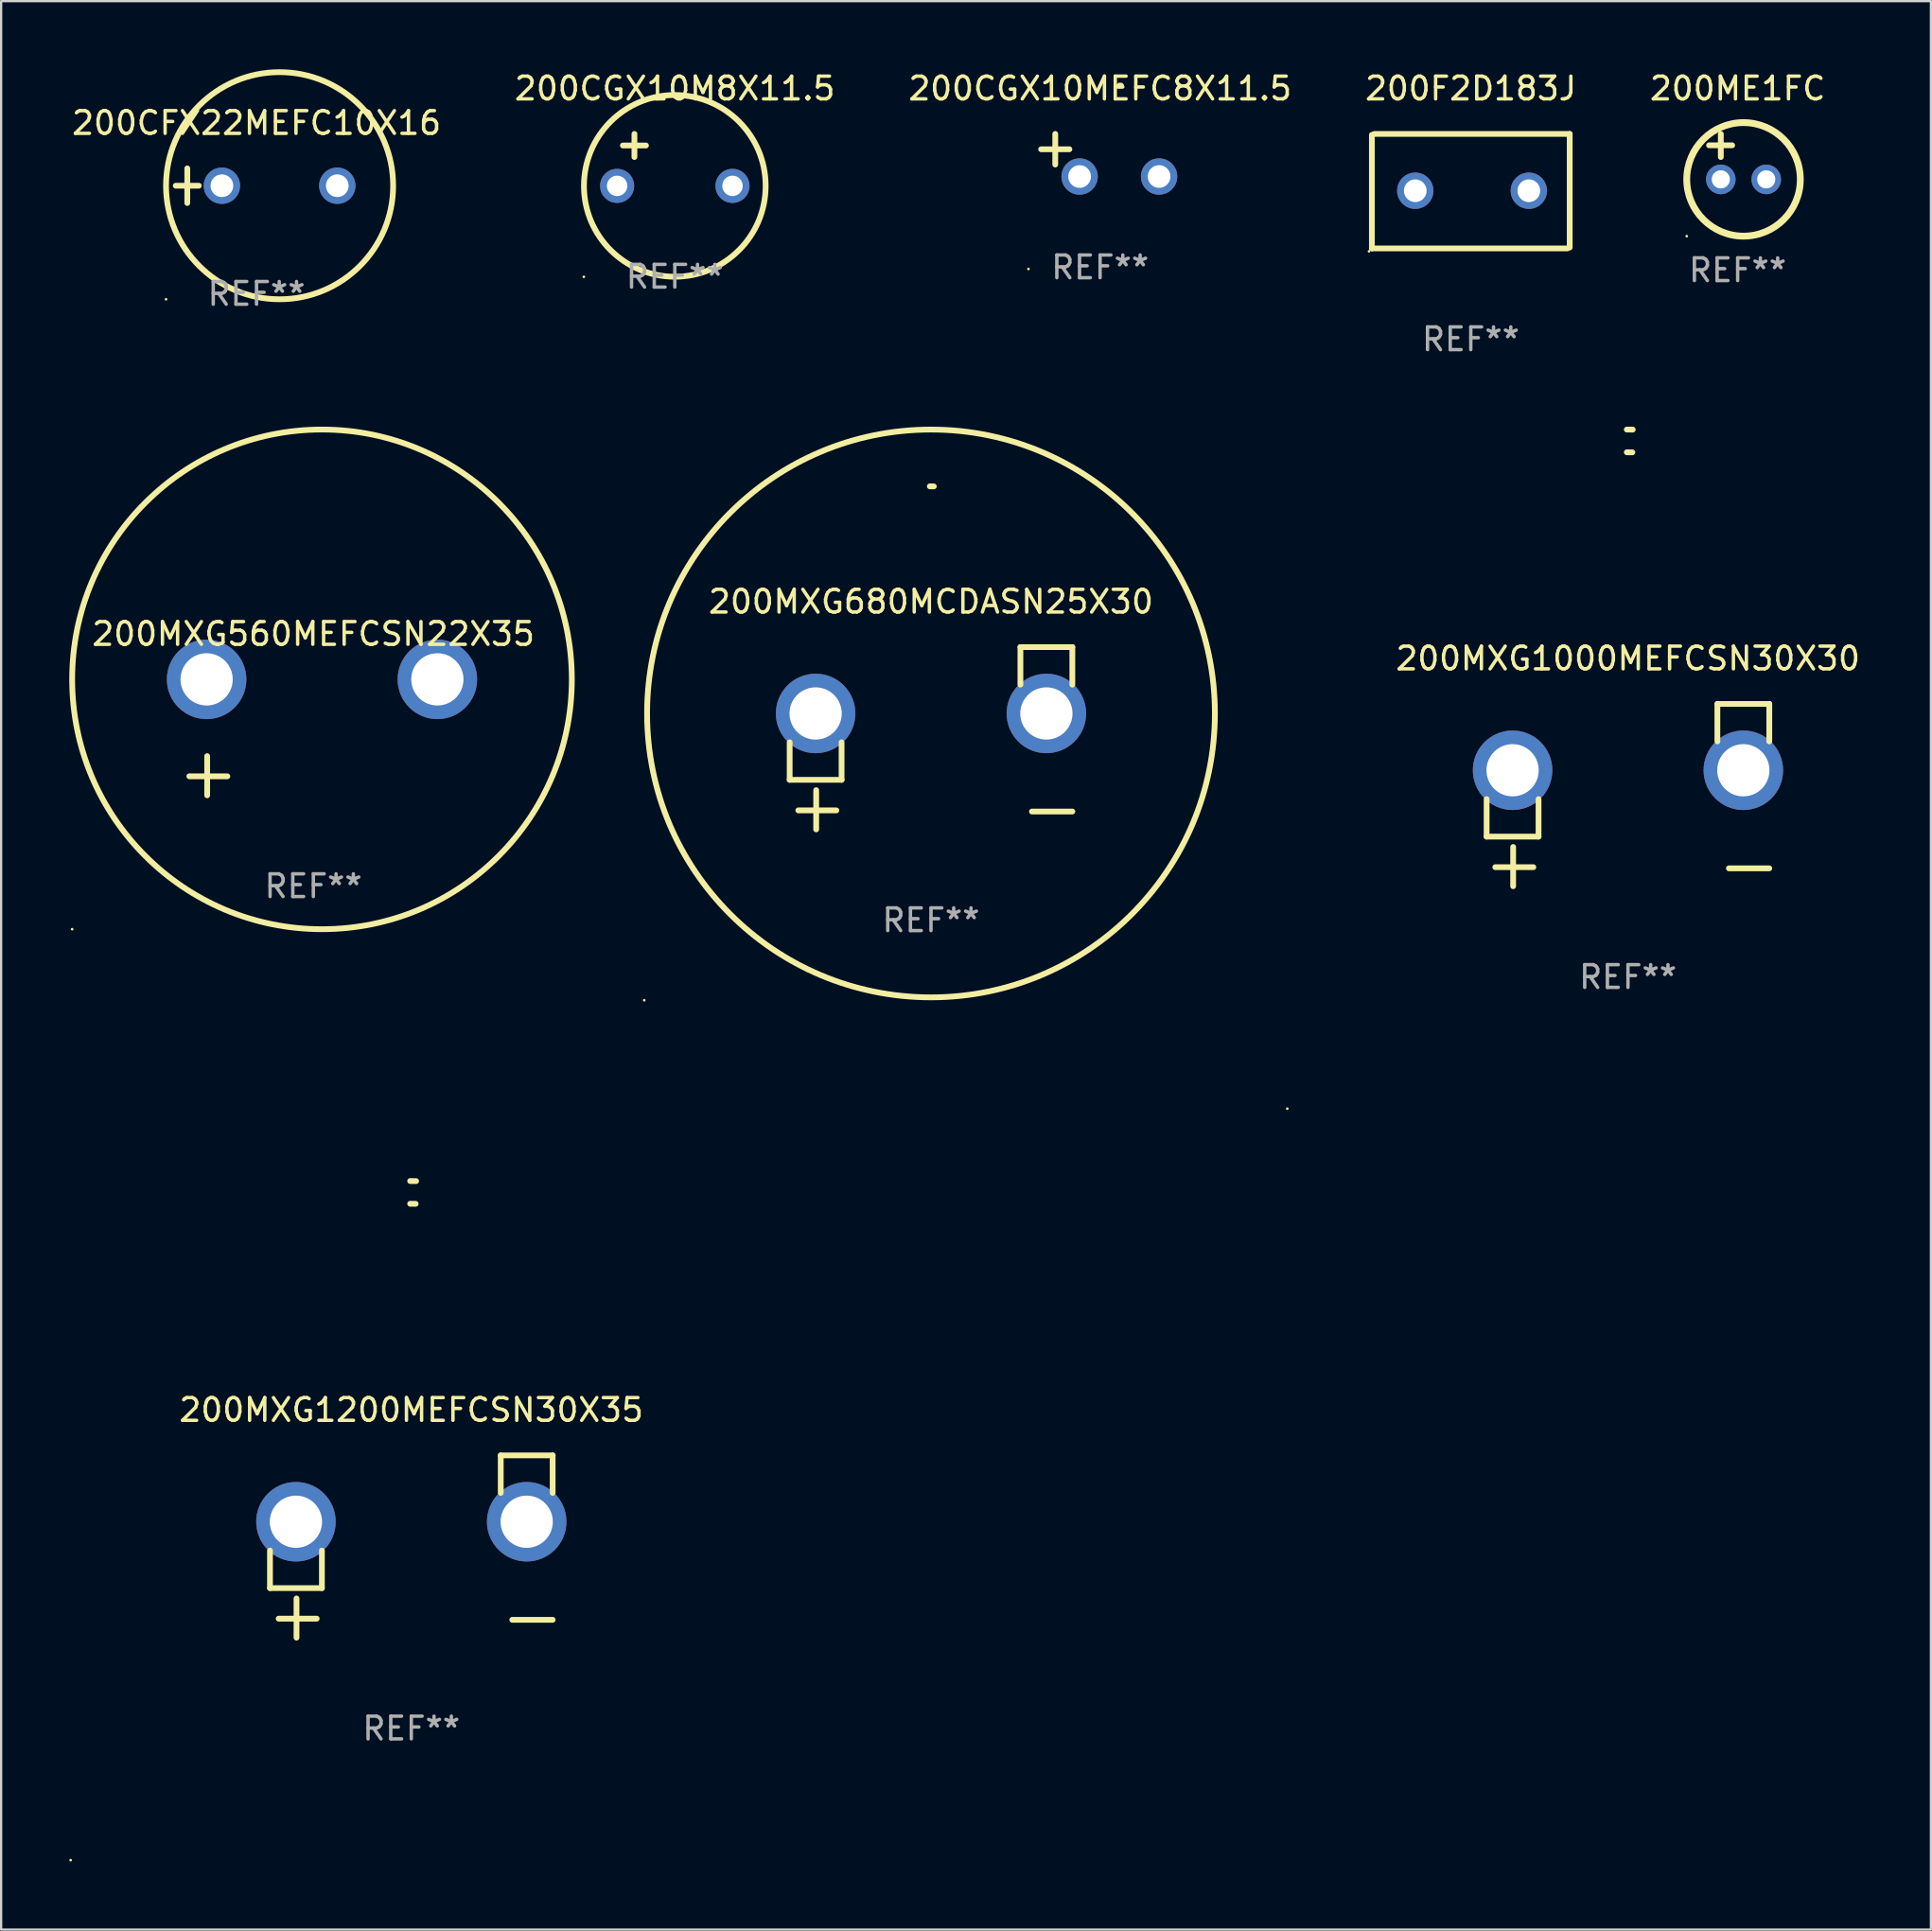
<source format=kicad_pcb>
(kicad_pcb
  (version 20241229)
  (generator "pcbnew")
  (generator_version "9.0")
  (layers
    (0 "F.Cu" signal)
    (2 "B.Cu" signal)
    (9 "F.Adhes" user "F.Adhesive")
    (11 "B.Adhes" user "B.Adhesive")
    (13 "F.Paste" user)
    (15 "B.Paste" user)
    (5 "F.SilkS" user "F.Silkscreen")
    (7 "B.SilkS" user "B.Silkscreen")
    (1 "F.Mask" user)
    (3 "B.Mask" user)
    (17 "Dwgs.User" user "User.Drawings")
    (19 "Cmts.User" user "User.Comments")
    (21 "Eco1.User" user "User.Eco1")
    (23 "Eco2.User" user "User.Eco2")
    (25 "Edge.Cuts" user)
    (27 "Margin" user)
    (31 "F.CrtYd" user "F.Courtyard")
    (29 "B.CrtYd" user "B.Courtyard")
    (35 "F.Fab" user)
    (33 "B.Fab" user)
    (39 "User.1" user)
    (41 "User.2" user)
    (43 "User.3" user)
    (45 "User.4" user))
  (footprint "200MXG1200MEFCSN30X35"
    (layer "F.Cu")
    (at 15.06 65.045)
    (property "Reference" "200MXG1200MEFCSN30X35" (at 0 -6.013 0) (layer "F.SilkS") (effects (font (size 1 1) (thickness 0.15))))
    (attr through_hole)
    (fp_line (start -6.223 0.178) (end -6.223 1.829) (stroke (width 0.254) (type solid)) (layer "F.SilkS"))
    (fp_line (start -6.223 1.829) (end -3.937 1.829) (stroke (width 0.254) (type solid)) (layer "F.SilkS"))
    (fp_line (start -5.055 4.013) (end -5.055 2.286) (stroke (width 0.254) (type solid)) (layer "F.SilkS"))
    (fp_line (start -4.166 3.175) (end -5.842 3.175) (stroke (width 0.254) (type solid)) (layer "F.SilkS"))
    (fp_line (start -3.937 1.829) (end -3.937 0.178) (stroke (width 0.254) (type solid)) (layer "F.SilkS"))
    (fp_line (start 3.937 -4.013) (end 3.937 -2.362) (stroke (width 0.254) (type solid)) (layer "F.SilkS"))
    (fp_line (start 6.223 -4.013) (end 3.937 -4.013) (stroke (width 0.254) (type solid)) (layer "F.SilkS"))
    (fp_line (start 6.223 -2.362) (end 6.223 -4.013) (stroke (width 0.254) (type solid)) (layer "F.SilkS"))
    (fp_line (start 6.223 3.226) (end 4.445 3.226) (stroke (width 0.254) (type solid)) (layer "F.SilkS"))
    (fp_arc (start -0.0508 -16.093472) (mid 0.080016 -16.092762) (end 0.210821 -16.090932) (stroke (width 0.254001) (type solid)) (layer "F.SilkS"))
    (fp_arc (start -0.0508 -15.09271) (mid 0.071125 -15.091961) (end 0.19304 -15.09017) (stroke (width 0.254001) (type solid)) (layer "F.SilkS"))
    (fp_circle (center -15 13.808) (end -14.97 13.808) (stroke (width 0.06) (type solid)) (fill no) (layer "F.SilkS"))
    (fp_text user "REF**" (at 0 8.013 0) (layer "F.Fab") (effects (font (size 1 1) (thickness 0.15))))
    (pad "1" thru_hole circle (at -5.08 -1.092) (size 3.5 3.5) (drill 2.3) (layers "*.Cu" "*.Mask"))
    (pad "2" thru_hole circle (at 5.08 -1.092) (size 3.5 3.5) (drill 2.3) (layers "*.Cu" "*.Mask")))
  (footprint "200F2D183J"
    (layer "F.Cu")
    (at 61.708 5.368)
    (property "Reference" "200F2D183J" (at 0 -4.52 0) (layer "F.SilkS") (effects (font (size 1 1) (thickness 0.15))))
    (attr through_hole)
    (fp_line (start -4.355 2.52) (end -4.355 -2.48) (stroke (width 0.254) (type solid)) (layer "F.SilkS"))
    (fp_line (start -4.246 -2.52) (end 4.355 -2.52) (stroke (width 0.254) (type solid)) (layer "F.SilkS"))
    (fp_line (start 4.246 2.52) (end -4.355 2.52) (stroke (width 0.254) (type solid)) (layer "F.SilkS"))
    (fp_line (start 4.355 -2.52) (end 4.355 2.48) (stroke (width 0.254) (type solid)) (layer "F.SilkS"))
    (fp_circle (center -4.482 2.647) (end -4.452 2.647) (stroke (width 0.06) (type solid)) (fill no) (layer "F.SilkS"))
    (fp_text user "REF**" (at 0 6.52 0) (layer "F.Fab") (effects (font (size 1 1) (thickness 0.15))))
    (pad "1" thru_hole circle (at -2.445 -0.02) (size 1.6 1.6) (drill 1) (layers "*.Cu" "*.Mask"))
    (pad "2" thru_hole circle (at 2.555 -0.02) (size 1.6 1.6) (drill 1) (layers "*.Cu" "*.Mask")))
  (footprint "200ME1FC"
    (layer "F.Cu")
    (at 73.458 3.848)
    (property "Reference" "200ME1FC" (at 0 -3 0) (layer "F.SilkS") (effects (font (size 1 1) (thickness 0.15))))
    (attr through_hole)
    (fp_line (start -1.258 -0.5) (end -0.242 -0.5) (stroke (width 0.254) (type solid)) (layer "F.SilkS"))
    (fp_line (start -0.742 -1) (end -0.742 0.016) (stroke (width 0.254) (type solid)) (layer "F.SilkS"))
    (fp_circle (center -2.242 3.5) (end -2.212 3.5) (stroke (width 0.06) (type solid)) (fill no) (layer "F.SilkS"))
    (fp_circle (center 0.258 1) (end 2.758 1) (stroke (width 0.3) (type solid)) (fill no) (layer "F.SilkS"))
    (fp_text user "REF**" (at 0 5 0) (layer "F.Fab") (effects (font (size 1 1) (thickness 0.15))))
    (pad "1" thru_hole circle (at -0.742 1) (size 1.3 1.3) (drill 0.8) (layers "*.Cu" "*.Mask"))
    (pad "2" thru_hole circle (at 1.258 1) (size 1.3 1.3) (drill 0.8) (layers "*.Cu" "*.Mask")))
  (footprint "200CFX22MEFC10X16"
    (layer "F.Cu")
    (at 8.244 5.127)
    (property "Reference" "200CFX22MEFC10X16" (at 0 -2.762 0) (layer "F.SilkS") (effects (font (size 1 1) (thickness 0.15))))
    (attr through_hole)
    (fp_line (start -3.556 0) (end -2.54 0) (stroke (width 0.254) (type solid)) (layer "F.SilkS"))
    (fp_line (start -3.048 -0.762) (end -3.048 0.762) (stroke (width 0.254) (type solid)) (layer "F.SilkS"))
    (fp_circle (center -3.984 5) (end -3.954 5) (stroke (width 0.06) (type solid)) (fill no) (layer "F.SilkS"))
    (fp_circle (center 1.016 0) (end 6.016 0) (stroke (width 0.254) (type solid)) (fill no) (layer "F.SilkS"))
    (fp_text user "REF**" (at 0 4.762 0) (layer "F.Fab") (effects (font (size 1 1) (thickness 0.15))))
    (pad "1" thru_hole circle (at -1.524 0) (size 1.6 1.6) (drill 1) (layers "*.Cu" "*.Mask"))
    (pad "2" thru_hole circle (at 3.556 0) (size 1.6 1.6) (drill 1) (layers "*.Cu" "*.Mask")))
  (footprint "200MXG560MEFCSN22X35"
    (layer "F.Cu")
    (at 10.746 29.416)
    (property "Reference" "200MXG560MEFCSN22X35" (at 0 -4.553 0) (layer "F.SilkS") (effects (font (size 1 1) (thickness 0.15))))
    (attr through_hole)
    (fp_line (start -4.674 2.553) (end -4.674 0.826) (stroke (width 0.254) (type solid)) (layer "F.SilkS"))
    (fp_line (start -3.785 1.715) (end -5.461 1.715) (stroke (width 0.254) (type solid)) (layer "F.SilkS"))
    (fp_circle (center -10.619 8.447) (end -10.589 8.447) (stroke (width 0.06) (type solid)) (fill no) (layer "F.SilkS"))
    (fp_circle (center 0.381 -2.553) (end 11.381 -2.553) (stroke (width 0.254) (type solid)) (fill no) (layer "F.SilkS"))
    (fp_text user "REF**" (at 0 6.553 0) (layer "F.Fab") (effects (font (size 1 1) (thickness 0.15))))
    (pad "1" thru_hole circle (at -4.699 -2.553) (size 3.5 3.5) (drill 2.3) (layers "*.Cu" "*.Mask"))
    (pad "2" thru_hole circle (at 5.461 -2.553) (size 3.5 3.5) (drill 2.3) (layers "*.Cu" "*.Mask")))
  (footprint "200MXG680MCDASN25X30"
    (layer "F.Cu")
    (at 37.941 29.456)
    (property "Reference" "200MXG680MCDASN25X30" (at 0 -6.013 0) (layer "F.SilkS") (effects (font (size 1 1) (thickness 0.15))))
    (attr through_hole)
    (fp_line (start -6.223 0.178) (end -6.223 1.829) (stroke (width 0.254) (type solid)) (layer "F.SilkS"))
    (fp_line (start -6.223 1.829) (end -3.937 1.829) (stroke (width 0.254) (type solid)) (layer "F.SilkS"))
    (fp_line (start -5.055 4.013) (end -5.055 2.286) (stroke (width 0.254) (type solid)) (layer "F.SilkS"))
    (fp_line (start -4.166 3.175) (end -5.842 3.175) (stroke (width 0.254) (type solid)) (layer "F.SilkS"))
    (fp_line (start -3.937 1.829) (end -3.937 0.178) (stroke (width 0.254) (type solid)) (layer "F.SilkS"))
    (fp_line (start 3.937 -4.013) (end 3.937 -2.362) (stroke (width 0.254) (type solid)) (layer "F.SilkS"))
    (fp_line (start 6.223 -4.013) (end 3.937 -4.013) (stroke (width 0.254) (type solid)) (layer "F.SilkS"))
    (fp_line (start 6.223 -2.362) (end 6.223 -4.013) (stroke (width 0.254) (type solid)) (layer "F.SilkS"))
    (fp_line (start 6.223 3.226) (end 4.445 3.226) (stroke (width 0.254) (type solid)) (layer "F.SilkS"))
    (fp_arc (start -0.0508 -11.092202) (mid 0.036835 -11.091307) (end 0.12446 -11.089662) (stroke (width 0.254001) (type solid)) (layer "F.SilkS"))
    (fp_circle (center -12.627 11.535) (end -12.597 11.535) (stroke (width 0.06) (type solid)) (fill no) (layer "F.SilkS"))
    (fp_circle (center 0 -1.092) (end 12.5 -1.092) (stroke (width 0.254) (type solid)) (fill no) (layer "F.SilkS"))
    (fp_text user "REF**" (at 0 8.013 0) (layer "F.Fab") (effects (font (size 1 1) (thickness 0.15))))
    (pad "1" thru_hole circle (at -5.08 -1.092) (size 3.5 3.5) (drill 2.3) (layers "*.Cu" "*.Mask"))
    (pad "2" thru_hole circle (at 5.08 -1.092) (size 3.5 3.5) (drill 2.3) (layers "*.Cu" "*.Mask")))
  (footprint "200MXG1000MEFCSN30X30"
    (layer "F.Cu")
    (at 68.628 31.957)
    (property "Reference" "200MXG1000MEFCSN30X30" (at 0 -6.013 0) (layer "F.SilkS") (effects (font (size 1 1) (thickness 0.15))))
    (attr through_hole)
    (fp_line (start -6.223 0.178) (end -6.223 1.829) (stroke (width 0.254) (type solid)) (layer "F.SilkS"))
    (fp_line (start -6.223 1.829) (end -3.937 1.829) (stroke (width 0.254) (type solid)) (layer "F.SilkS"))
    (fp_line (start -5.055 4.013) (end -5.055 2.286) (stroke (width 0.254) (type solid)) (layer "F.SilkS"))
    (fp_line (start -4.166 3.175) (end -5.842 3.175) (stroke (width 0.254) (type solid)) (layer "F.SilkS"))
    (fp_line (start -3.937 1.829) (end -3.937 0.178) (stroke (width 0.254) (type solid)) (layer "F.SilkS"))
    (fp_line (start 3.937 -4.013) (end 3.937 -2.362) (stroke (width 0.254) (type solid)) (layer "F.SilkS"))
    (fp_line (start 6.223 -4.013) (end 3.937 -4.013) (stroke (width 0.254) (type solid)) (layer "F.SilkS"))
    (fp_line (start 6.223 -2.362) (end 6.223 -4.013) (stroke (width 0.254) (type solid)) (layer "F.SilkS"))
    (fp_line (start 6.223 3.226) (end 4.445 3.226) (stroke (width 0.254) (type solid)) (layer "F.SilkS"))
    (fp_arc (start -0.0508 -16.093472) (mid 0.080016 -16.092762) (end 0.210821 -16.090932) (stroke (width 0.254001) (type solid)) (layer "F.SilkS"))
    (fp_arc (start -0.0508 -15.09271) (mid 0.071125 -15.091961) (end 0.19304 -15.09017) (stroke (width 0.254001) (type solid)) (layer "F.SilkS"))
    (fp_circle (center -15 13.808) (end -14.97 13.808) (stroke (width 0.06) (type solid)) (fill no) (layer "F.SilkS"))
    (fp_text user "REF**" (at 0 8.013 0) (layer "F.Fab") (effects (font (size 1 1) (thickness 0.15))))
    (pad "1" thru_hole circle (at -5.08 -1.092) (size 3.5 3.5) (drill 2.3) (layers "*.Cu" "*.Mask"))
    (pad "2" thru_hole circle (at 5.08 -1.092) (size 3.5 3.5) (drill 2.3) (layers "*.Cu" "*.Mask")))
  (footprint "200CGX10MEFC8X11.5"
    (layer "F.Cu")
    (at 45.387 3.785)
    (property "Reference" "200CGX10MEFC8X11.5" (at 0 -2.937 0) (layer "F.SilkS") (effects (font (size 1 1) (thickness 0.15))))
    (attr through_hole)
    (fp_line (start -1.975 0.41) (end -1.975 -0.937) (stroke (width 0.254) (type solid)) (layer "F.SilkS"))
    (fp_line (start -1.353 -0.263) (end -2.597 -0.263) (stroke (width 0.254) (type solid)) (layer "F.SilkS"))
    (fp_arc (start 0.849809 -3.063957) (mid 0.885369 -3.064114) (end 0.920929 -3.063957) (stroke (width 0.254001) (type solid)) (layer "F.SilkS"))
    (fp_circle (center -3.154 5.008) (end -3.124 5.008) (stroke (width 0.06) (type solid)) (fill no) (layer "F.SilkS"))
    (fp_text user "REF**" (at 0 4.937 0) (layer "F.Fab") (effects (font (size 1 1) (thickness 0.15))))
    (pad "1" thru_hole circle (at -0.903 0.937) (size 1.6 1.6) (drill 1) (layers "*.Cu" "*.Mask"))
    (pad "2" thru_hole circle (at 2.597 0.937) (size 1.6 1.6) (drill 1) (layers "*.Cu" "*.Mask")))
  (footprint "200CGX10M8X11.5"
    (layer "F.Cu")
    (at 26.661 3.991)
    (property "Reference" "200CGX10M8X11.5" (at 0 -3.143 0) (layer "F.SilkS") (effects (font (size 1 1) (thickness 0.15))))
    (attr through_hole)
    (fp_line (start -2.286 -0.635) (end -1.27 -0.635) (stroke (width 0.254) (type solid)) (layer "F.SilkS"))
    (fp_line (start -1.778 -1.143) (end -1.778 -0.127) (stroke (width 0.254) (type solid)) (layer "F.SilkS"))
    (fp_circle (center -4.005 5.148) (end -3.975 5.148) (stroke (width 0.06) (type solid)) (fill no) (layer "F.SilkS"))
    (fp_circle (center 0 1.143) (end 4 1.143) (stroke (width 0.254) (type solid)) (fill no) (layer "F.SilkS"))
    (fp_text user "REF**" (at 0 5.143 0) (layer "F.Fab") (effects (font (size 1 1) (thickness 0.15))))
    (pad "1" thru_hole circle (at -2.54 1.143) (size 1.5 1.5) (drill 0.9) (layers "*.Cu" "*.Mask"))
    (pad "2" thru_hole circle (at 2.54 1.143) (size 1.5 1.5) (drill 0.9) (layers "*.Cu" "*.Mask")))
  (gr_rect
    (start -3 -3)
    (end 81.967 81.913)
    (stroke (width 0.1) (type default))
    (fill no)
    (layer "Edge.Cuts")))
</source>
